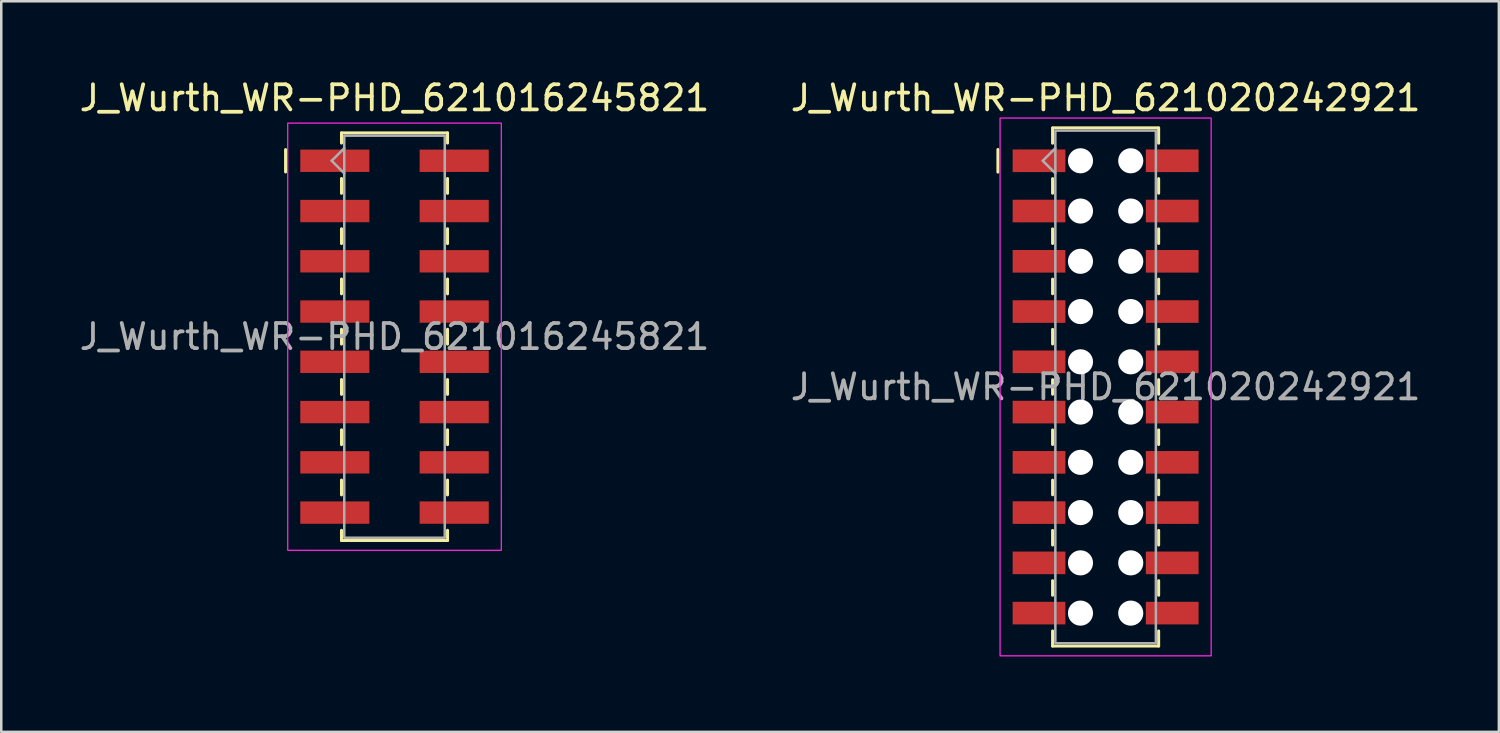
<source format=kicad_pcb>
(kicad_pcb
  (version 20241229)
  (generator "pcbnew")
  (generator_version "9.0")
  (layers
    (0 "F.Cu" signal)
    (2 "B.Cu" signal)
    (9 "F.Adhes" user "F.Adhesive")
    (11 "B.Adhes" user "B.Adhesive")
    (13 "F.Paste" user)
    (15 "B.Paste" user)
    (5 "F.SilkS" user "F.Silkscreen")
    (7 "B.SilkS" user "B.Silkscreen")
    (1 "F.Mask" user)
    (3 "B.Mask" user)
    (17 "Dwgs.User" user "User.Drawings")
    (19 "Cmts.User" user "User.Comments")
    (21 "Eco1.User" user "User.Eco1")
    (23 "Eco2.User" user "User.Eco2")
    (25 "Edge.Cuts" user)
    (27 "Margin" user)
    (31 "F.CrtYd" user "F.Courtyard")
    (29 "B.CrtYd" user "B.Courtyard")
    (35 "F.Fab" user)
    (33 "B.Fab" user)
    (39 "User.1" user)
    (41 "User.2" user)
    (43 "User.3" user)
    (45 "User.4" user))
  (footprint "J_Wurth_WR-PHD_621020242921"
    (layer "F.Cu")
    (at 40.946 12.348)
    (property "Reference" "J_Wurth_WR-PHD_621020242921" (at 0 -11.5 0) (unlocked yes) (layer "F.SilkS") (effects (font (size 1 1) (thickness 0.15))))
    (attr smd)
    (fp_line (start -4.285 -9.45) (end -4.285 -8.55) (stroke (width 0.12) (type solid)) (layer "F.SilkS"))
    (fp_line (start -2.11 -10.31) (end 2.11 -10.31) (stroke (width 0.12) (type solid)) (layer "F.SilkS"))
    (fp_line (start -2.11 -9.7) (end -2.11 -10.3) (stroke (width 0.12) (type solid)) (layer "F.SilkS"))
    (fp_line (start -2.11 -8.29) (end -2.11 -7.71) (stroke (width 0.12) (type solid)) (layer "F.SilkS"))
    (fp_line (start -2.11 -6.29) (end -2.11 -5.71) (stroke (width 0.12) (type solid)) (layer "F.SilkS"))
    (fp_line (start -2.11 -4.29) (end -2.11 -3.71) (stroke (width 0.12) (type solid)) (layer "F.SilkS"))
    (fp_line (start -2.11 -2.29) (end -2.11 -1.71) (stroke (width 0.12) (type solid)) (layer "F.SilkS"))
    (fp_line (start -2.11 -0.29) (end -2.11 0.29) (stroke (width 0.12) (type solid)) (layer "F.SilkS"))
    (fp_line (start -2.11 1.71) (end -2.11 2.29) (stroke (width 0.12) (type solid)) (layer "F.SilkS"))
    (fp_line (start -2.11 3.71) (end -2.11 4.29) (stroke (width 0.12) (type solid)) (layer "F.SilkS"))
    (fp_line (start -2.11 5.71) (end -2.11 6.29) (stroke (width 0.12) (type solid)) (layer "F.SilkS"))
    (fp_line (start -2.11 7.71) (end -2.11 8.29) (stroke (width 0.12) (type solid)) (layer "F.SilkS"))
    (fp_line (start -2.11 9.71) (end -2.11 10.31) (stroke (width 0.12) (type solid)) (layer "F.SilkS"))
    (fp_line (start 2.11 -9.7) (end 2.11 -10.3) (stroke (width 0.12) (type solid)) (layer "F.SilkS"))
    (fp_line (start 2.11 -8.29) (end 2.11 -7.71) (stroke (width 0.12) (type solid)) (layer "F.SilkS"))
    (fp_line (start 2.11 -6.29) (end 2.11 -5.71) (stroke (width 0.12) (type solid)) (layer "F.SilkS"))
    (fp_line (start 2.11 -4.29) (end 2.11 -3.71) (stroke (width 0.12) (type solid)) (layer "F.SilkS"))
    (fp_line (start 2.11 -2.29) (end 2.11 -1.71) (stroke (width 0.12) (type solid)) (layer "F.SilkS"))
    (fp_line (start 2.11 -0.29) (end 2.11 0.29) (stroke (width 0.12) (type solid)) (layer "F.SilkS"))
    (fp_line (start 2.11 1.71) (end 2.11 2.29) (stroke (width 0.12) (type solid)) (layer "F.SilkS"))
    (fp_line (start 2.11 3.71) (end 2.11 4.29) (stroke (width 0.12) (type solid)) (layer "F.SilkS"))
    (fp_line (start 2.11 5.71) (end 2.11 6.29) (stroke (width 0.12) (type solid)) (layer "F.SilkS"))
    (fp_line (start 2.11 7.71) (end 2.11 8.29) (stroke (width 0.12) (type solid)) (layer "F.SilkS"))
    (fp_line (start 2.11 9.71) (end 2.11 10.31) (stroke (width 0.12) (type solid)) (layer "F.SilkS"))
    (fp_line (start 2.11 10.31) (end -2.11 10.31) (stroke (width 0.12) (type solid)) (layer "F.SilkS"))
    (fp_rect (start -4.2 -10.7) (end 4.2 10.7) (stroke (width 0.05) (type solid)) (fill no) (layer "F.CrtYd"))
    (fp_line (start -2.5 -9) (end -2 -8.5) (stroke (width 0.1) (type default)) (layer "F.Fab"))
    (fp_line (start -2 -9.5) (end -2.5 -9) (stroke (width 0.1) (type default)) (layer "F.Fab"))
    (fp_rect (start -2 -10.2) (end 2 10.2) (stroke (width 0.1) (type solid)) (fill no) (layer "F.Fab"))
    (fp_text user "${REFERENCE}" (at 0 0 0) (unlocked yes) (layer "F.Fab") (effects (font (size 1 1) (thickness 0.15))))
    (pad "" np_thru_hole circle (at -1 -9 270) (size 1 1) (drill 1) (layers "*.Cu" "*.Mask"))
    (pad "" np_thru_hole circle (at -1 -7 270) (size 1 1) (drill 1) (layers "*.Cu" "*.Mask"))
    (pad "" np_thru_hole circle (at -1 -5 270) (size 1 1) (drill 1) (layers "*.Cu" "*.Mask"))
    (pad "" np_thru_hole circle (at -1 -3 270) (size 1 1) (drill 1) (layers "*.Cu" "*.Mask"))
    (pad "" np_thru_hole circle (at -1 -1 270) (size 1 1) (drill 1) (layers "*.Cu" "*.Mask"))
    (pad "" np_thru_hole circle (at -1 1 270) (size 1 1) (drill 1) (layers "*.Cu" "*.Mask"))
    (pad "" np_thru_hole circle (at -1 3 270) (size 1 1) (drill 1) (layers "*.Cu" "*.Mask"))
    (pad "" np_thru_hole circle (at -1 5 270) (size 1 1) (drill 1) (layers "*.Cu" "*.Mask"))
    (pad "" np_thru_hole circle (at -1 7 270) (size 1 1) (drill 1) (layers "*.Cu" "*.Mask"))
    (pad "" np_thru_hole circle (at -1 9 270) (size 1 1) (drill 1) (layers "*.Cu" "*.Mask"))
    (pad "" np_thru_hole circle (at 1 -9 270) (size 1 1) (drill 1) (layers "*.Cu" "*.Mask"))
    (pad "" np_thru_hole circle (at 1 -7 270) (size 1 1) (drill 1) (layers "*.Cu" "*.Mask"))
    (pad "" np_thru_hole circle (at 1 -5 270) (size 1 1) (drill 1) (layers "*.Cu" "*.Mask"))
    (pad "" np_thru_hole circle (at 1 -3 270) (size 1 1) (drill 1) (layers "*.Cu" "*.Mask"))
    (pad "" np_thru_hole circle (at 1 -1 270) (size 1 1) (drill 1) (layers "*.Cu" "*.Mask"))
    (pad "" np_thru_hole circle (at 1 1 270) (size 1 1) (drill 1) (layers "*.Cu" "*.Mask"))
    (pad "" np_thru_hole circle (at 1 3 270) (size 1 1) (drill 1) (layers "*.Cu" "*.Mask"))
    (pad "" np_thru_hole circle (at 1 5 270) (size 1 1) (drill 1) (layers "*.Cu" "*.Mask"))
    (pad "" np_thru_hole circle (at 1 7 270) (size 1 1) (drill 1) (layers "*.Cu" "*.Mask"))
    (pad "" np_thru_hole circle (at 1 9 270) (size 1 1) (drill 1) (layers "*.Cu" "*.Mask"))
    (pad "1" smd rect (at -2.65 -9 270) (size 0.9 2.1) (layers "F.Cu" "F.Mask" "F.Paste"))
    (pad "2" smd rect (at 2.65 -9 270) (size 0.9 2.1) (layers "F.Cu" "F.Mask" "F.Paste"))
    (pad "3" smd rect (at -2.65 -7 270) (size 0.9 2.1) (layers "F.Cu" "F.Mask" "F.Paste"))
    (pad "4" smd rect (at 2.65 -7 270) (size 0.9 2.1) (layers "F.Cu" "F.Mask" "F.Paste"))
    (pad "5" smd rect (at -2.65 -5 270) (size 0.9 2.1) (layers "F.Cu" "F.Mask" "F.Paste"))
    (pad "6" smd rect (at 2.65 -5 270) (size 0.9 2.1) (layers "F.Cu" "F.Mask" "F.Paste"))
    (pad "7" smd rect (at -2.65 -3 270) (size 0.9 2.1) (layers "F.Cu" "F.Mask" "F.Paste"))
    (pad "8" smd rect (at 2.65 -3 270) (size 0.9 2.1) (layers "F.Cu" "F.Mask" "F.Paste"))
    (pad "9" smd rect (at -2.65 -1 270) (size 0.9 2.1) (layers "F.Cu" "F.Mask" "F.Paste"))
    (pad "10" smd rect (at 2.65 -1 270) (size 0.9 2.1) (layers "F.Cu" "F.Mask" "F.Paste"))
    (pad "11" smd rect (at -2.65 1 270) (size 0.9 2.1) (layers "F.Cu" "F.Mask" "F.Paste"))
    (pad "12" smd rect (at 2.65 1 270) (size 0.9 2.1) (layers "F.Cu" "F.Mask" "F.Paste"))
    (pad "13" smd rect (at -2.65 3 270) (size 0.9 2.1) (layers "F.Cu" "F.Mask" "F.Paste"))
    (pad "14" smd rect (at 2.65 3 270) (size 0.9 2.1) (layers "F.Cu" "F.Mask" "F.Paste"))
    (pad "15" smd rect (at -2.65 5 270) (size 0.9 2.1) (layers "F.Cu" "F.Mask" "F.Paste"))
    (pad "16" smd rect (at 2.65 5 270) (size 0.9 2.1) (layers "F.Cu" "F.Mask" "F.Paste"))
    (pad "17" smd rect (at -2.65 7 270) (size 0.9 2.1) (layers "F.Cu" "F.Mask" "F.Paste"))
    (pad "18" smd rect (at 2.65 7 270) (size 0.9 2.1) (layers "F.Cu" "F.Mask" "F.Paste"))
    (pad "19" smd rect (at -2.65 9 270) (size 0.9 2.1) (layers "F.Cu" "F.Mask" "F.Paste"))
    (pad "20" smd rect (at 2.65 9 270) (size 0.9 2.1) (layers "F.Cu" "F.Mask" "F.Paste")))
  (footprint "J_Wurth_WR-PHD_621016245821"
    (layer "F.Cu")
    (at 12.649 10.348)
    (property "Reference" "J_Wurth_WR-PHD_621016245821" (at 0 -9.5 0) (unlocked yes) (layer "F.SilkS") (effects (font (size 1 1) (thickness 0.15))))
    (attr smd)
    (fp_line (start -4.335 -7.445) (end -4.335 -6.555) (stroke (width 0.12) (type solid)) (layer "F.SilkS"))
    (fp_line (start -2.11 -8.11) (end -2.11 -7.705) (stroke (width 0.12) (type solid)) (layer "F.SilkS"))
    (fp_line (start -2.11 -6.295) (end -2.11 -5.705) (stroke (width 0.12) (type solid)) (layer "F.SilkS"))
    (fp_line (start -2.11 -4.295) (end -2.11 -3.705) (stroke (width 0.12) (type solid)) (layer "F.SilkS"))
    (fp_line (start -2.11 -2.295) (end -2.11 -1.705) (stroke (width 0.12) (type solid)) (layer "F.SilkS"))
    (fp_line (start -2.11 -0.295) (end -2.11 0.295) (stroke (width 0.12) (type solid)) (layer "F.SilkS"))
    (fp_line (start -2.11 1.705) (end -2.11 2.295) (stroke (width 0.12) (type solid)) (layer "F.SilkS"))
    (fp_line (start -2.11 3.705) (end -2.11 4.295) (stroke (width 0.12) (type solid)) (layer "F.SilkS"))
    (fp_line (start -2.11 5.705) (end -2.11 6.295) (stroke (width 0.12) (type solid)) (layer "F.SilkS"))
    (fp_line (start -2.11 7.705) (end -2.11 8.11) (stroke (width 0.12) (type solid)) (layer "F.SilkS"))
    (fp_line (start 2.11 -8.11) (end -2.11 -8.11) (stroke (width 0.12) (type solid)) (layer "F.SilkS"))
    (fp_line (start 2.11 -8.11) (end 2.11 -7.705) (stroke (width 0.12) (type solid)) (layer "F.SilkS"))
    (fp_line (start 2.11 -6.295) (end 2.11 -5.705) (stroke (width 0.12) (type solid)) (layer "F.SilkS"))
    (fp_line (start 2.11 -4.295) (end 2.11 -3.705) (stroke (width 0.12) (type solid)) (layer "F.SilkS"))
    (fp_line (start 2.11 -2.295) (end 2.11 -1.705) (stroke (width 0.12) (type solid)) (layer "F.SilkS"))
    (fp_line (start 2.11 -0.295) (end 2.11 0.295) (stroke (width 0.12) (type solid)) (layer "F.SilkS"))
    (fp_line (start 2.11 1.705) (end 2.11 2.295) (stroke (width 0.12) (type solid)) (layer "F.SilkS"))
    (fp_line (start 2.11 3.705) (end 2.11 4.295) (stroke (width 0.12) (type solid)) (layer "F.SilkS"))
    (fp_line (start 2.11 5.705) (end 2.11 6.295) (stroke (width 0.12) (type solid)) (layer "F.SilkS"))
    (fp_line (start 2.11 7.705) (end 2.11 8.11) (stroke (width 0.12) (type solid)) (layer "F.SilkS"))
    (fp_line (start 2.11 8.11) (end -2.11 8.11) (stroke (width 0.12) (type solid)) (layer "F.SilkS"))
    (fp_rect (start -4.25 -8.5) (end 4.25 8.5) (stroke (width 0.05) (type solid)) (fill no) (layer "F.CrtYd"))
    (fp_line (start -2.5 -7) (end -2 -6.5) (stroke (width 0.1) (type default)) (layer "F.Fab"))
    (fp_line (start -2 -7.5) (end -2.5 -7) (stroke (width 0.1) (type default)) (layer "F.Fab"))
    (fp_rect (start -2 -8) (end 2 8) (stroke (width 0.1) (type solid)) (fill no) (layer "F.Fab"))
    (fp_text user "${REFERENCE}" (at 0 0 0) (unlocked yes) (layer "F.Fab") (effects (font (size 1 1) (thickness 0.15))))
    (pad "1" smd rect (at -2.375 -7 270) (size 0.89 2.75) (layers "F.Cu" "F.Mask" "F.Paste"))
    (pad "2" smd rect (at 2.375 -7 270) (size 0.89 2.75) (layers "F.Cu" "F.Mask" "F.Paste"))
    (pad "3" smd rect (at -2.375 -5 270) (size 0.89 2.75) (layers "F.Cu" "F.Mask" "F.Paste"))
    (pad "4" smd rect (at 2.375 -5 270) (size 0.89 2.75) (layers "F.Cu" "F.Mask" "F.Paste"))
    (pad "5" smd rect (at -2.375 -3 270) (size 0.89 2.75) (layers "F.Cu" "F.Mask" "F.Paste"))
    (pad "6" smd rect (at 2.375 -3 270) (size 0.89 2.75) (layers "F.Cu" "F.Mask" "F.Paste"))
    (pad "7" smd rect (at -2.375 -1 270) (size 0.89 2.75) (layers "F.Cu" "F.Mask" "F.Paste"))
    (pad "8" smd rect (at 2.375 -1 270) (size 0.89 2.75) (layers "F.Cu" "F.Mask" "F.Paste"))
    (pad "9" smd rect (at -2.375 1 270) (size 0.89 2.75) (layers "F.Cu" "F.Mask" "F.Paste"))
    (pad "10" smd rect (at 2.375 1 270) (size 0.89 2.75) (layers "F.Cu" "F.Mask" "F.Paste"))
    (pad "11" smd rect (at -2.375 3 270) (size 0.89 2.75) (layers "F.Cu" "F.Mask" "F.Paste"))
    (pad "12" smd rect (at 2.375 3 270) (size 0.89 2.75) (layers "F.Cu" "F.Mask" "F.Paste"))
    (pad "13" smd rect (at -2.375 5 270) (size 0.89 2.75) (layers "F.Cu" "F.Mask" "F.Paste"))
    (pad "14" smd rect (at 2.375 5 270) (size 0.89 2.75) (layers "F.Cu" "F.Mask" "F.Paste"))
    (pad "15" smd rect (at -2.375 7 270) (size 0.89 2.75) (layers "F.Cu" "F.Mask" "F.Paste"))
    (pad "16" smd rect (at 2.375 7 270) (size 0.89 2.75) (layers "F.Cu" "F.Mask" "F.Paste")))
  (gr_rect
    (start -3 -3)
    (end 56.595 26.073)
    (stroke (width 0.1) (type default))
    (fill no)
    (layer "Edge.Cuts")))
</source>
